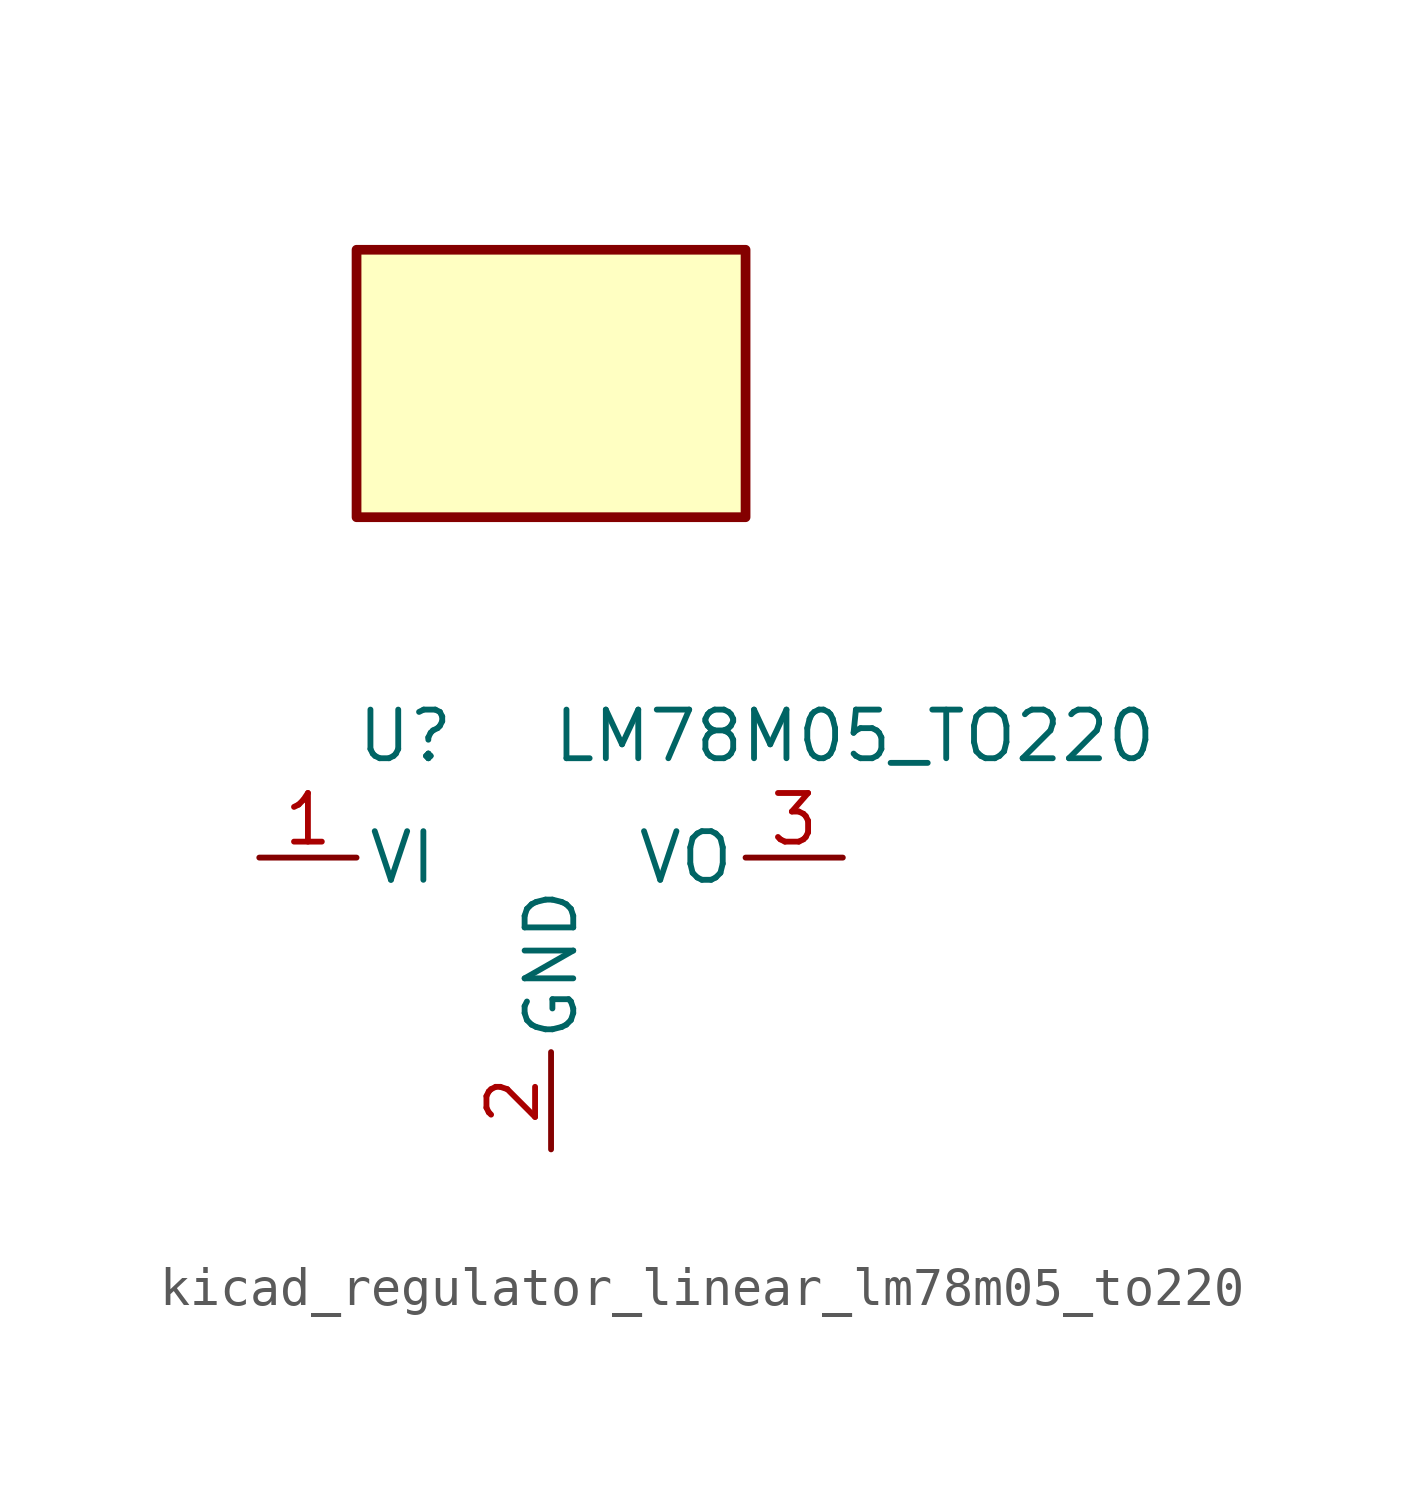
<source format=kicad_sym>
(kicad_symbol_lib
  (version 20220914)
  (generator kicad_symbol_editor)
  (symbol "kicad_regulator_linear_lm78m05_to220"
    (pin_names
      (offset 0.254))
    (property "Reference" "U"
      (at -3.81 3.175 0)
      (effects (font (size 1.27 1.27))))
    (property "Value" "LM78M05_TO220"
      (at 0 3.175 0)
      (effects (font (size 1.27 1.27)) (justify left)))
    (symbol "kicad_regulator_linear_lm78m05_to220_0_1"
      (rectangle (start 5.08 15.875) (end -5.08 8.89) (stroke (width 0.254) (type default)) (fill (type background))))
    (symbol "kicad_regulator_linear_lm78m05_to220_1_1"
      (pin power_in line (at -7.62 0 0) (length 2.54) (name "VI" (effects (font (size 1.27 1.27)))) (number "1" (effects (font (size 1.27 1.27)))))
      (pin power_in line (at 0 -7.62 90) (length 2.54) (name "GND" (effects (font (size 1.27 1.27)))) (number "2" (effects (font (size 1.27 1.27)))))
      (pin power_out line (at 7.62 0 180) (length 2.54) (name "VO" (effects (font (size 1.27 1.27)))) (number "3" (effects (font (size 1.27 1.27))))))))
</source>
